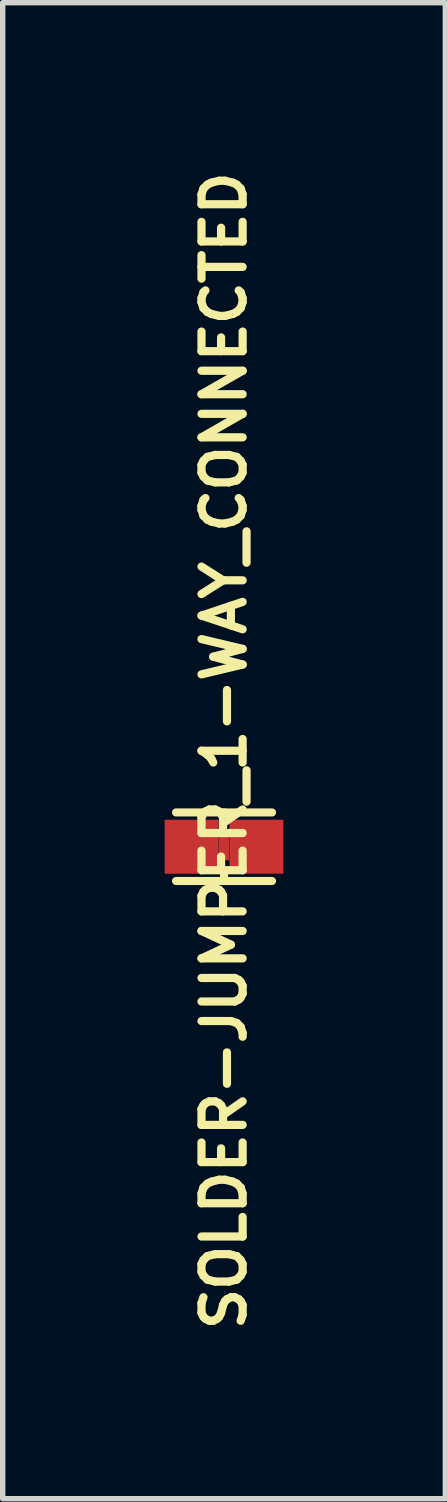
<source format=kicad_pcb>
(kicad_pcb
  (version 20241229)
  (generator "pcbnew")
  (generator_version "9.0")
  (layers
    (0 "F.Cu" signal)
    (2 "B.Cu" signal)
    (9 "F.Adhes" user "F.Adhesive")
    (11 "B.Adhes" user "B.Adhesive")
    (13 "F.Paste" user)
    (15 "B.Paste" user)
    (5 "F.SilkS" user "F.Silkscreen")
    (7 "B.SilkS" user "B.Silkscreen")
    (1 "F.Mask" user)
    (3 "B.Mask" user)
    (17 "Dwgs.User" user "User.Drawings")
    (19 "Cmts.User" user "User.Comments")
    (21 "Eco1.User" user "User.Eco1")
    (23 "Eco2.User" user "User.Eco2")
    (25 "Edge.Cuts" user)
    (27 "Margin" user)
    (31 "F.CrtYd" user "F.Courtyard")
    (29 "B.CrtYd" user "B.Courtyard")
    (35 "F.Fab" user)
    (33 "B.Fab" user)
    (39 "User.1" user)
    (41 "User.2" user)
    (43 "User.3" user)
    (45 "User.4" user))
  (footprint "SOLDER-JUMPER_1-WAY_CONNECTED"
    (layer "F.Cu")
    (at 1.1 12.635)
    (property "Reference" "SOLDER-JUMPER_1-WAY_CONNECTED" (at 0 -1.778 270) (layer "F.SilkS") (effects (font (size 0.762 0.762) (thickness 0.152))))
    (attr through_hole)
    (fp_line (start -0.889 -0.635) (end 0.889 -0.635) (stroke (width 0.15) (type solid)) (layer "F.SilkS"))
    (fp_line (start -0.889 0.635) (end 0.889 0.635) (stroke (width 0.15) (type solid)) (layer "F.SilkS"))
    (fp_line (start 0 -0.635) (end 0 -0.5) (stroke (width 0.15) (type solid)) (layer "F.SilkS"))
    (fp_line (start 0 0.6) (end 0 0.5) (stroke (width 0.15) (type solid)) (layer "F.SilkS"))
    (pad "" connect rect (at 0 0) (size 0.19 0.5) (layers "F.Cu" "F.Mask"))
    (pad "1" connect rect (at -0.6 0) (size 1 1) (layers "F.Cu" "F.Mask"))
    (pad "2" connect rect (at 0.6 0) (size 1 1) (layers "F.Cu" "F.Mask")))
  (gr_rect
    (start -3 -3)
    (end 5.2 24.713)
    (stroke (width 0.1) (type default))
    (fill no)
    (layer "Edge.Cuts")))
</source>
